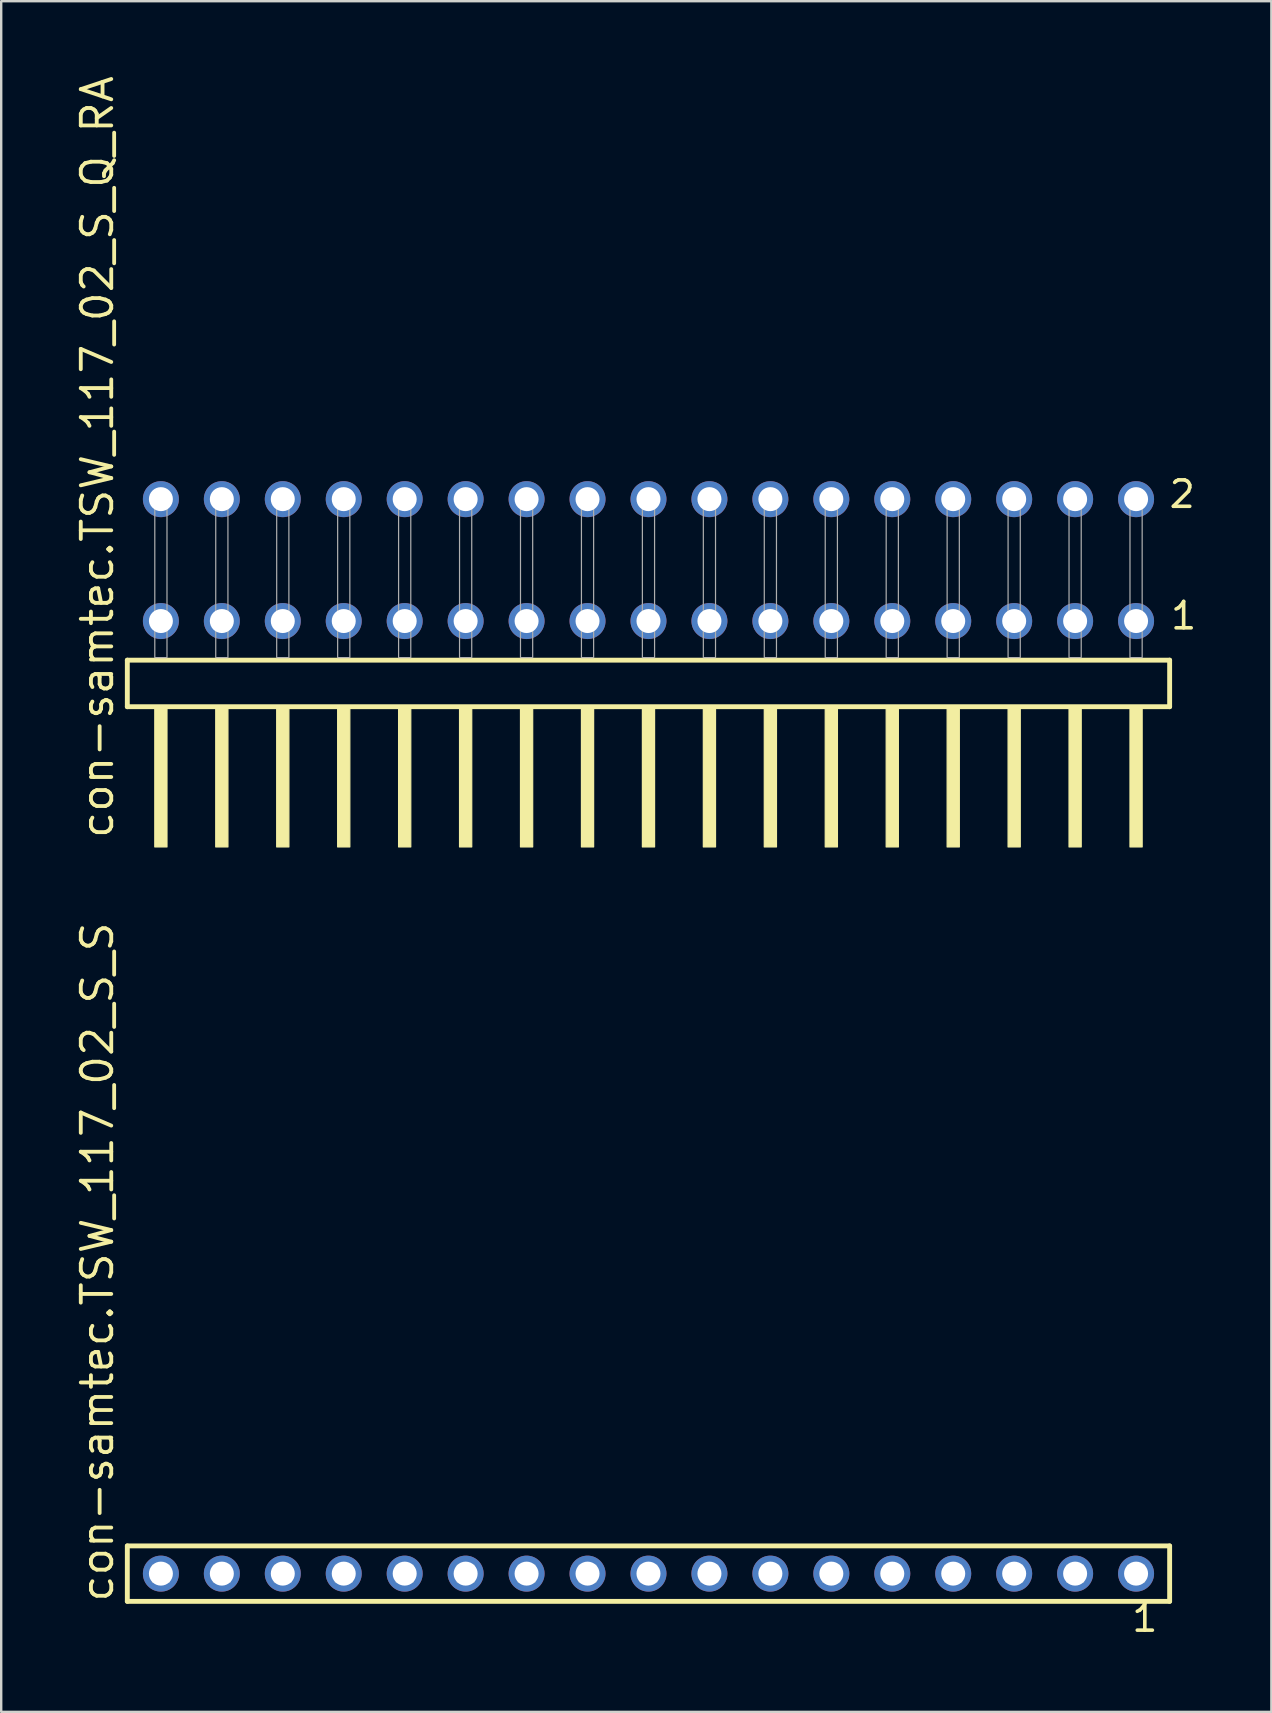
<source format=kicad_pcb>
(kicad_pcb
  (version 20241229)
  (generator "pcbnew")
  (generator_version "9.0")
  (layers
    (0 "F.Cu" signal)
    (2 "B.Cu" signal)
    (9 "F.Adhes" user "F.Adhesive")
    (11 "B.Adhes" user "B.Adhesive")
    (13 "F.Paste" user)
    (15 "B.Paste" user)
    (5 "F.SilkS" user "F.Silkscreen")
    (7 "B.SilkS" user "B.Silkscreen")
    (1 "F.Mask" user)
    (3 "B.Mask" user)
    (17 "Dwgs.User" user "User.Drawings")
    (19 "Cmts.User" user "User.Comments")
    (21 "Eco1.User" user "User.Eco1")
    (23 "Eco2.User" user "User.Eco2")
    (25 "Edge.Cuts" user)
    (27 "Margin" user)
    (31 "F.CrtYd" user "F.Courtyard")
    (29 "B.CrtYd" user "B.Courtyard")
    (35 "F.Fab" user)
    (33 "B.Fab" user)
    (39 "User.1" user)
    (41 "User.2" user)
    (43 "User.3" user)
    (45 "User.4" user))
  (footprint "con-samtec.TSW_117_02_S_S"
    (layer "F.Cu")
    (at 23.975 62.53)
    (property "Reference" "con-samtec.TSW_117_02_S_S" (at -22.225 1.27 90) (layer "F.SilkS") (effects (font (size 1.27 1.27) (thickness 0.16)) (justify left bottom)))
    (attr through_hole)
    (fp_line (start -21.719 -1.155) (end 21.719 -1.155) (stroke (width 0.203) (type default)) (layer "F.SilkS"))
    (fp_line (start -21.719 1.155) (end -21.719 -1.155) (stroke (width 0.203) (type default)) (layer "F.SilkS"))
    (fp_line (start 21.719 -1.155) (end 21.719 1.155) (stroke (width 0.203) (type default)) (layer "F.SilkS"))
    (fp_line (start 21.719 1.155) (end -21.719 1.155) (stroke (width 0.203) (type default)) (layer "F.SilkS"))
    (fp_rect (start -20.67 0.35) (end -19.97 -0.35) (stroke (width 0.05) (type default)) (fill no) (layer "F.Fab"))
    (fp_rect (start -18.13 0.35) (end -17.43 -0.35) (stroke (width 0.05) (type default)) (fill no) (layer "F.Fab"))
    (fp_rect (start -15.59 0.35) (end -14.89 -0.35) (stroke (width 0.05) (type default)) (fill no) (layer "F.Fab"))
    (fp_rect (start -13.05 0.35) (end -12.35 -0.35) (stroke (width 0.05) (type default)) (fill no) (layer "F.Fab"))
    (fp_rect (start -10.51 0.35) (end -9.81 -0.35) (stroke (width 0.05) (type default)) (fill no) (layer "F.Fab"))
    (fp_rect (start -7.97 0.35) (end -7.27 -0.35) (stroke (width 0.05) (type default)) (fill no) (layer "F.Fab"))
    (fp_rect (start -5.43 0.35) (end -4.73 -0.35) (stroke (width 0.05) (type default)) (fill no) (layer "F.Fab"))
    (fp_rect (start -2.89 0.35) (end -2.19 -0.35) (stroke (width 0.05) (type default)) (fill no) (layer "F.Fab"))
    (fp_rect (start -0.35 0.35) (end 0.35 -0.35) (stroke (width 0.05) (type default)) (fill no) (layer "F.Fab"))
    (fp_rect (start 2.19 0.35) (end 2.89 -0.35) (stroke (width 0.05) (type default)) (fill no) (layer "F.Fab"))
    (fp_rect (start 4.73 0.35) (end 5.43 -0.35) (stroke (width 0.05) (type default)) (fill no) (layer "F.Fab"))
    (fp_rect (start 7.27 0.35) (end 7.97 -0.35) (stroke (width 0.05) (type default)) (fill no) (layer "F.Fab"))
    (fp_rect (start 9.81 0.35) (end 10.51 -0.35) (stroke (width 0.05) (type default)) (fill no) (layer "F.Fab"))
    (fp_rect (start 12.35 0.35) (end 13.05 -0.35) (stroke (width 0.05) (type default)) (fill no) (layer "F.Fab"))
    (fp_rect (start 14.89 0.35) (end 15.59 -0.35) (stroke (width 0.05) (type default)) (fill no) (layer "F.Fab"))
    (fp_rect (start 17.43 0.35) (end 18.13 -0.35) (stroke (width 0.05) (type default)) (fill no) (layer "F.Fab"))
    (fp_rect (start 19.97 0.35) (end 20.67 -0.35) (stroke (width 0.05) (type default)) (fill no) (layer "F.Fab"))
    (fp_text user "1" (at 20.062 2.498 0) (layer "F.SilkS") (effects (font (size 1.1 1.1) (thickness 0.15)) (justify left bottom)))
    (pad "1" thru_hole circle (at 20.32 0 180) (size 1.5 1.5) (drill 1) (layers "*.Cu" "*.Mask"))
    (pad "2" thru_hole circle (at 17.78 0 180) (size 1.5 1.5) (drill 1) (layers "*.Cu" "*.Mask"))
    (pad "3" thru_hole circle (at 15.24 0 180) (size 1.5 1.5) (drill 1) (layers "*.Cu" "*.Mask"))
    (pad "4" thru_hole circle (at 12.7 0 180) (size 1.5 1.5) (drill 1) (layers "*.Cu" "*.Mask"))
    (pad "5" thru_hole circle (at 10.16 0 180) (size 1.5 1.5) (drill 1) (layers "*.Cu" "*.Mask"))
    (pad "6" thru_hole circle (at 7.62 0 180) (size 1.5 1.5) (drill 1) (layers "*.Cu" "*.Mask"))
    (pad "7" thru_hole circle (at 5.08 0 180) (size 1.5 1.5) (drill 1) (layers "*.Cu" "*.Mask"))
    (pad "8" thru_hole circle (at 2.54 0 180) (size 1.5 1.5) (drill 1) (layers "*.Cu" "*.Mask"))
    (pad "9" thru_hole circle (at 0 0 180) (size 1.5 1.5) (drill 1) (layers "*.Cu" "*.Mask"))
    (pad "10" thru_hole circle (at -2.54 0 180) (size 1.5 1.5) (drill 1) (layers "*.Cu" "*.Mask"))
    (pad "11" thru_hole circle (at -5.08 0 180) (size 1.5 1.5) (drill 1) (layers "*.Cu" "*.Mask"))
    (pad "12" thru_hole circle (at -7.62 0 180) (size 1.5 1.5) (drill 1) (layers "*.Cu" "*.Mask"))
    (pad "13" thru_hole circle (at -10.16 0 180) (size 1.5 1.5) (drill 1) (layers "*.Cu" "*.Mask"))
    (pad "14" thru_hole circle (at -12.7 0 180) (size 1.5 1.5) (drill 1) (layers "*.Cu" "*.Mask"))
    (pad "15" thru_hole circle (at -15.24 0 180) (size 1.5 1.5) (drill 1) (layers "*.Cu" "*.Mask"))
    (pad "16" thru_hole circle (at -17.78 0 180) (size 1.5 1.5) (drill 1) (layers "*.Cu" "*.Mask"))
    (pad "17" thru_hole circle (at -20.32 0 180) (size 1.5 1.5) (drill 1) (layers "*.Cu" "*.Mask")))
  (footprint "con-samtec.TSW_117_02_S_Q_RA"
    (layer "F.Cu")
    (at 23.975 24.356)
    (property "Reference" "con-samtec.TSW_117_02_S_Q_RA" (at -22.225 7.62 90) (layer "F.SilkS") (effects (font (size 1.27 1.27) (thickness 0.16)) (justify left bottom)))
    (attr through_hole)
    (fp_line (start -21.719 0.106) (end -21.719 2.046) (stroke (width 0.203) (type default)) (layer "F.SilkS"))
    (fp_line (start -21.719 2.046) (end 21.719 2.046) (stroke (width 0.203) (type default)) (layer "F.SilkS"))
    (fp_line (start 21.719 0.106) (end -21.719 0.106) (stroke (width 0.203) (type default)) (layer "F.SilkS"))
    (fp_line (start 21.719 2.046) (end 21.719 0.106) (stroke (width 0.203) (type default)) (layer "F.SilkS"))
    (fp_rect (start -20.574 7.89) (end -20.066 2.04) (stroke (width 0.05) (type default)) (fill yes) (layer "F.SilkS"))
    (fp_rect (start -18.034 7.89) (end -17.526 2.04) (stroke (width 0.05) (type default)) (fill yes) (layer "F.SilkS"))
    (fp_rect (start -15.494 7.89) (end -14.986 2.04) (stroke (width 0.05) (type default)) (fill yes) (layer "F.SilkS"))
    (fp_rect (start -12.954 7.89) (end -12.446 2.04) (stroke (width 0.05) (type default)) (fill yes) (layer "F.SilkS"))
    (fp_rect (start -10.414 7.89) (end -9.906 2.04) (stroke (width 0.05) (type default)) (fill yes) (layer "F.SilkS"))
    (fp_rect (start -7.874 7.89) (end -7.366 2.04) (stroke (width 0.05) (type default)) (fill yes) (layer "F.SilkS"))
    (fp_rect (start -5.334 7.89) (end -4.826 2.04) (stroke (width 0.05) (type default)) (fill yes) (layer "F.SilkS"))
    (fp_rect (start -2.794 7.89) (end -2.286 2.04) (stroke (width 0.05) (type default)) (fill yes) (layer "F.SilkS"))
    (fp_rect (start -0.254 7.89) (end 0.254 2.04) (stroke (width 0.05) (type default)) (fill yes) (layer "F.SilkS"))
    (fp_rect (start 2.286 7.89) (end 2.794 2.04) (stroke (width 0.05) (type default)) (fill yes) (layer "F.SilkS"))
    (fp_rect (start 4.826 7.89) (end 5.334 2.04) (stroke (width 0.05) (type default)) (fill yes) (layer "F.SilkS"))
    (fp_rect (start 7.366 7.89) (end 7.874 2.04) (stroke (width 0.05) (type default)) (fill yes) (layer "F.SilkS"))
    (fp_rect (start 9.906 7.89) (end 10.414 2.04) (stroke (width 0.05) (type default)) (fill yes) (layer "F.SilkS"))
    (fp_rect (start 12.446 7.89) (end 12.954 2.04) (stroke (width 0.05) (type default)) (fill yes) (layer "F.SilkS"))
    (fp_rect (start 14.986 7.89) (end 15.494 2.04) (stroke (width 0.05) (type default)) (fill yes) (layer "F.SilkS"))
    (fp_rect (start 17.526 7.89) (end 18.034 2.04) (stroke (width 0.05) (type default)) (fill yes) (layer "F.SilkS"))
    (fp_rect (start 20.066 7.89) (end 20.574 2.04) (stroke (width 0.05) (type default)) (fill yes) (layer "F.SilkS"))
    (fp_rect (start -20.574 0) (end -20.066 -6.858) (stroke (width 0.05) (type default)) (fill no) (layer "F.Fab"))
    (fp_rect (start -18.034 0) (end -17.526 -6.858) (stroke (width 0.05) (type default)) (fill no) (layer "F.Fab"))
    (fp_rect (start -15.494 0) (end -14.986 -6.858) (stroke (width 0.05) (type default)) (fill no) (layer "F.Fab"))
    (fp_rect (start -12.954 0) (end -12.446 -6.858) (stroke (width 0.05) (type default)) (fill no) (layer "F.Fab"))
    (fp_rect (start -10.414 0) (end -9.906 -6.858) (stroke (width 0.05) (type default)) (fill no) (layer "F.Fab"))
    (fp_rect (start -7.874 0) (end -7.366 -6.858) (stroke (width 0.05) (type default)) (fill no) (layer "F.Fab"))
    (fp_rect (start -5.334 0) (end -4.826 -6.858) (stroke (width 0.05) (type default)) (fill no) (layer "F.Fab"))
    (fp_rect (start -2.794 0) (end -2.286 -6.858) (stroke (width 0.05) (type default)) (fill no) (layer "F.Fab"))
    (fp_rect (start -0.254 0) (end 0.254 -6.858) (stroke (width 0.05) (type default)) (fill no) (layer "F.Fab"))
    (fp_rect (start 2.286 0) (end 2.794 -6.858) (stroke (width 0.05) (type default)) (fill no) (layer "F.Fab"))
    (fp_rect (start 4.826 0) (end 5.334 -6.858) (stroke (width 0.05) (type default)) (fill no) (layer "F.Fab"))
    (fp_rect (start 7.366 0) (end 7.874 -6.858) (stroke (width 0.05) (type default)) (fill no) (layer "F.Fab"))
    (fp_rect (start 9.906 0) (end 10.414 -6.858) (stroke (width 0.05) (type default)) (fill no) (layer "F.Fab"))
    (fp_rect (start 12.446 0) (end 12.954 -6.858) (stroke (width 0.05) (type default)) (fill no) (layer "F.Fab"))
    (fp_rect (start 14.986 0) (end 15.494 -6.858) (stroke (width 0.05) (type default)) (fill no) (layer "F.Fab"))
    (fp_rect (start 17.526 0) (end 18.034 -6.858) (stroke (width 0.05) (type default)) (fill no) (layer "F.Fab"))
    (fp_rect (start 20.066 0) (end 20.574 -6.858) (stroke (width 0.05) (type default)) (fill no) (layer "F.Fab"))
    (fp_text user "2" (at 21.62 -6.165 0) (layer "F.SilkS") (effects (font (size 1.1 1.1) (thickness 0.15)) (justify left bottom)))
    (fp_text user "1" (at 21.68 -1.1 0) (layer "F.SilkS") (effects (font (size 1.1 1.1) (thickness 0.15)) (justify left bottom)))
    (pad "1" thru_hole circle (at 20.32 -1.524 180) (size 1.5 1.5) (drill 1) (layers "*.Cu" "*.Mask"))
    (pad "2" thru_hole circle (at 20.32 -6.604 180) (size 1.5 1.5) (drill 1) (layers "*.Cu" "*.Mask"))
    (pad "3" thru_hole circle (at 17.78 -1.524 180) (size 1.5 1.5) (drill 1) (layers "*.Cu" "*.Mask"))
    (pad "4" thru_hole circle (at 17.78 -6.604 180) (size 1.5 1.5) (drill 1) (layers "*.Cu" "*.Mask"))
    (pad "5" thru_hole circle (at 15.24 -1.524 180) (size 1.5 1.5) (drill 1) (layers "*.Cu" "*.Mask"))
    (pad "6" thru_hole circle (at 15.24 -6.604 180) (size 1.5 1.5) (drill 1) (layers "*.Cu" "*.Mask"))
    (pad "7" thru_hole circle (at 12.7 -1.524 180) (size 1.5 1.5) (drill 1) (layers "*.Cu" "*.Mask"))
    (pad "8" thru_hole circle (at 12.7 -6.604 180) (size 1.5 1.5) (drill 1) (layers "*.Cu" "*.Mask"))
    (pad "9" thru_hole circle (at 10.16 -1.524 180) (size 1.5 1.5) (drill 1) (layers "*.Cu" "*.Mask"))
    (pad "10" thru_hole circle (at 10.16 -6.604 180) (size 1.5 1.5) (drill 1) (layers "*.Cu" "*.Mask"))
    (pad "11" thru_hole circle (at 7.62 -1.524 180) (size 1.5 1.5) (drill 1) (layers "*.Cu" "*.Mask"))
    (pad "12" thru_hole circle (at 7.62 -6.604 180) (size 1.5 1.5) (drill 1) (layers "*.Cu" "*.Mask"))
    (pad "13" thru_hole circle (at 5.08 -1.524 180) (size 1.5 1.5) (drill 1) (layers "*.Cu" "*.Mask"))
    (pad "14" thru_hole circle (at 5.08 -6.604 180) (size 1.5 1.5) (drill 1) (layers "*.Cu" "*.Mask"))
    (pad "15" thru_hole circle (at 2.54 -1.524 180) (size 1.5 1.5) (drill 1) (layers "*.Cu" "*.Mask"))
    (pad "16" thru_hole circle (at 2.54 -6.604 180) (size 1.5 1.5) (drill 1) (layers "*.Cu" "*.Mask"))
    (pad "17" thru_hole circle (at 0 -1.524 180) (size 1.5 1.5) (drill 1) (layers "*.Cu" "*.Mask"))
    (pad "18" thru_hole circle (at 0 -6.604 180) (size 1.5 1.5) (drill 1) (layers "*.Cu" "*.Mask"))
    (pad "19" thru_hole circle (at -2.54 -1.524 180) (size 1.5 1.5) (drill 1) (layers "*.Cu" "*.Mask"))
    (pad "20" thru_hole circle (at -2.54 -6.604 180) (size 1.5 1.5) (drill 1) (layers "*.Cu" "*.Mask"))
    (pad "21" thru_hole circle (at -5.08 -1.524 180) (size 1.5 1.5) (drill 1) (layers "*.Cu" "*.Mask"))
    (pad "22" thru_hole circle (at -5.08 -6.604 180) (size 1.5 1.5) (drill 1) (layers "*.Cu" "*.Mask"))
    (pad "23" thru_hole circle (at -7.62 -1.524 180) (size 1.5 1.5) (drill 1) (layers "*.Cu" "*.Mask"))
    (pad "24" thru_hole circle (at -7.62 -6.604 180) (size 1.5 1.5) (drill 1) (layers "*.Cu" "*.Mask"))
    (pad "25" thru_hole circle (at -10.16 -1.524 180) (size 1.5 1.5) (drill 1) (layers "*.Cu" "*.Mask"))
    (pad "26" thru_hole circle (at -10.16 -6.604 180) (size 1.5 1.5) (drill 1) (layers "*.Cu" "*.Mask"))
    (pad "27" thru_hole circle (at -12.7 -1.524 180) (size 1.5 1.5) (drill 1) (layers "*.Cu" "*.Mask"))
    (pad "28" thru_hole circle (at -12.7 -6.604 180) (size 1.5 1.5) (drill 1) (layers "*.Cu" "*.Mask"))
    (pad "29" thru_hole circle (at -15.24 -1.524 180) (size 1.5 1.5) (drill 1) (layers "*.Cu" "*.Mask"))
    (pad "30" thru_hole circle (at -15.24 -6.604 180) (size 1.5 1.5) (drill 1) (layers "*.Cu" "*.Mask"))
    (pad "31" thru_hole circle (at -17.78 -1.524 180) (size 1.5 1.5) (drill 1) (layers "*.Cu" "*.Mask"))
    (pad "32" thru_hole circle (at -17.78 -6.604 180) (size 1.5 1.5) (drill 1) (layers "*.Cu" "*.Mask"))
    (pad "33" thru_hole circle (at -20.32 -1.524 180) (size 1.5 1.5) (drill 1) (layers "*.Cu" "*.Mask"))
    (pad "34" thru_hole circle (at -20.32 -6.604 180) (size 1.5 1.5) (drill 1) (layers "*.Cu" "*.Mask")))
  (gr_rect
    (start -3 -3)
    (end 49.933 68.291)
    (stroke (width 0.1) (type default))
    (fill no)
    (layer "Edge.Cuts")))
</source>
